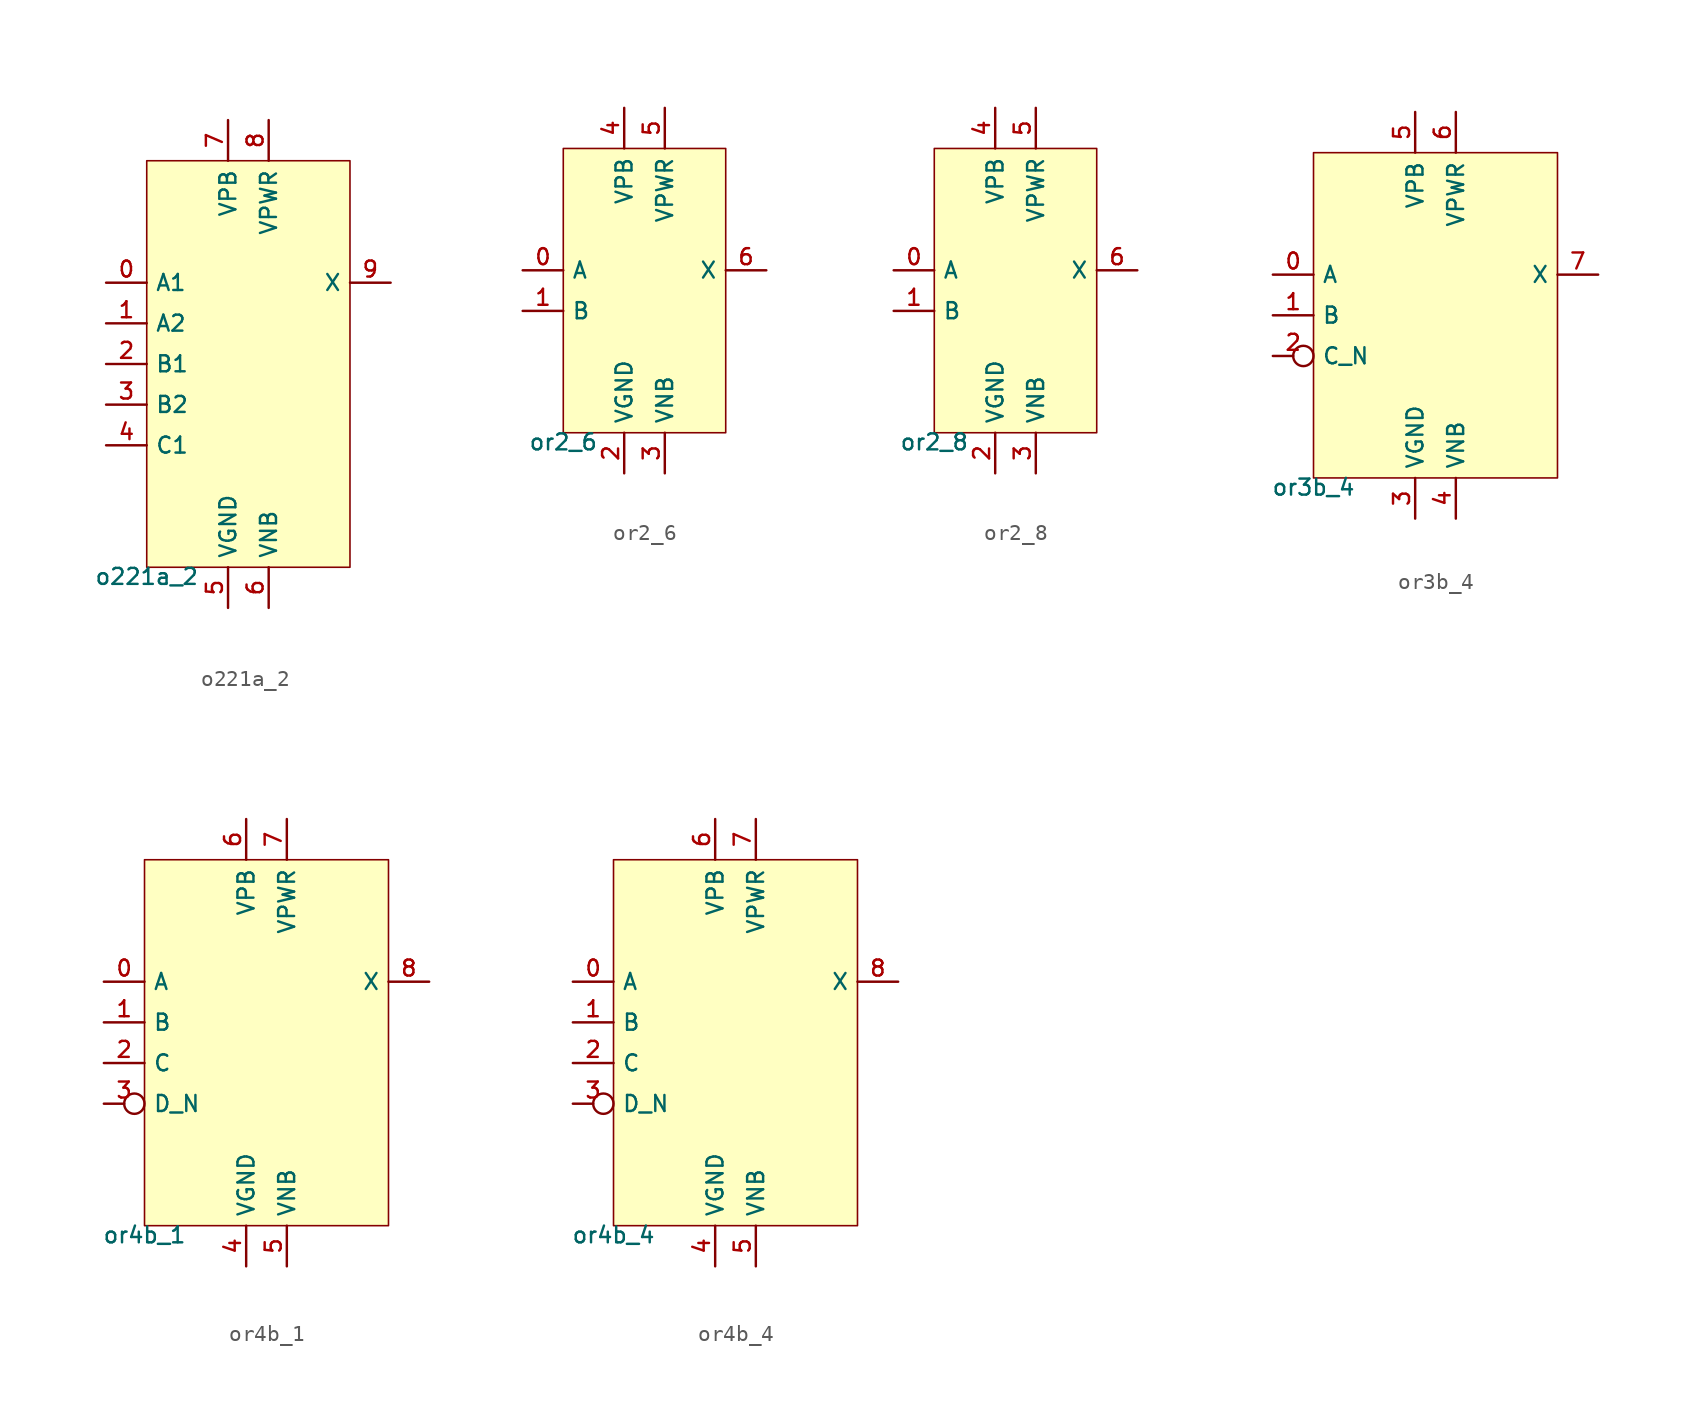
<source format=kicad_sym>
(kicad_symbol_lib
  (version 20211014)
  (generator lef2kicad_sym)
  (symbol "o221a_2"
    (property "Reference" "CELL"
      (at 0 0 0)
      (effects (font (size 1 1)) hide))
    (property "Value" "o221a_2"
      (at -6.35 -12.7 0)
      (effects (font (size 1 1)) (justify top)))
    (rectangle
      (start -6.35 -12.7)
      (end 6.35 12.7)
      (stroke (width 0.1) (type solid) (color 0 0 0 0))
      (fill (type background)))
    (pin input line
      (at -8.89 5.08 0)
      (length 2.54)
      (name "A1" (effects (font (size 1 1)) hide))
      (number "0" (effects (font (size 1 1)) hide)))
    (pin input line
      (at -8.89 2.54 0)
      (length 2.54)
      (name "A2" (effects (font (size 1 1)) hide))
      (number "1" (effects (font (size 1 1)) hide)))
    (pin input line
      (at -8.89 -8.881784197001252e-16 0)
      (length 2.54)
      (name "B1" (effects (font (size 1 1)) hide))
      (number "2" (effects (font (size 1 1)) hide)))
    (pin input line
      (at -8.89 -2.54 0)
      (length 2.54)
      (name "B2" (effects (font (size 1 1)) hide))
      (number "3" (effects (font (size 1 1)) hide)))
    (pin input line
      (at -8.89 -5.08 0)
      (length 2.54)
      (name "C1" (effects (font (size 1 1)) hide))
      (number "4" (effects (font (size 1 1)) hide)))
    (pin power_in line
      (at -1.27 -15.24 90)
      (length 2.54)
      (name "VGND" (effects (font (size 1 1)) hide))
      (number "5" (effects (font (size 1 1)) hide)))
    (pin power_in line
      (at 1.27 -15.24 90)
      (length 2.54)
      (name "VNB" (effects (font (size 1 1)) hide))
      (number "6" (effects (font (size 1 1)) hide)))
    (pin power_in line
      (at -1.27 15.24 270)
      (length 2.54)
      (name "VPB" (effects (font (size 1 1)) hide))
      (number "7" (effects (font (size 1 1)) hide)))
    (pin power_in line
      (at 1.27 15.24 270)
      (length 2.54)
      (name "VPWR" (effects (font (size 1 1)) hide))
      (number "8" (effects (font (size 1 1)) hide)))
    (pin output line
      (at 8.89 5.08 180)
      (length 2.54)
      (name "X" (effects (font (size 1 1)) hide))
      (number "9" (effects (font (size 1 1)) hide))))
  (symbol "or2_6"
    (property "Reference" "CELL"
      (at 0 0 0)
      (effects (font (size 1 1)) hide))
    (property "Value" "or2_6"
      (at -5.08 -8.89 0)
      (effects (font (size 1 1)) (justify top)))
    (rectangle
      (start -5.08 -8.89)
      (end 5.08 8.89)
      (stroke (width 0.1) (type solid) (color 0 0 0 0))
      (fill (type background)))
    (pin input line
      (at -7.62 1.27 0)
      (length 2.54)
      (name "A" (effects (font (size 1 1)) hide))
      (number "0" (effects (font (size 1 1)) hide)))
    (pin input line
      (at -7.62 -1.27 0)
      (length 2.54)
      (name "B" (effects (font (size 1 1)) hide))
      (number "1" (effects (font (size 1 1)) hide)))
    (pin power_in line
      (at -1.27 -11.43 90)
      (length 2.54)
      (name "VGND" (effects (font (size 1 1)) hide))
      (number "2" (effects (font (size 1 1)) hide)))
    (pin power_in line
      (at 1.27 -11.43 90)
      (length 2.54)
      (name "VNB" (effects (font (size 1 1)) hide))
      (number "3" (effects (font (size 1 1)) hide)))
    (pin power_in line
      (at -1.27 11.43 270)
      (length 2.54)
      (name "VPB" (effects (font (size 1 1)) hide))
      (number "4" (effects (font (size 1 1)) hide)))
    (pin power_in line
      (at 1.27 11.43 270)
      (length 2.54)
      (name "VPWR" (effects (font (size 1 1)) hide))
      (number "5" (effects (font (size 1 1)) hide)))
    (pin output line
      (at 7.62 1.27 180)
      (length 2.54)
      (name "X" (effects (font (size 1 1)) hide))
      (number "6" (effects (font (size 1 1)) hide))))
  (symbol "or2_8"
    (property "Reference" "CELL"
      (at 0 0 0)
      (effects (font (size 1 1)) hide))
    (property "Value" "or2_8"
      (at -5.08 -8.89 0)
      (effects (font (size 1 1)) (justify top)))
    (rectangle
      (start -5.08 -8.89)
      (end 5.08 8.89)
      (stroke (width 0.1) (type solid) (color 0 0 0 0))
      (fill (type background)))
    (pin input line
      (at -7.62 1.27 0)
      (length 2.54)
      (name "A" (effects (font (size 1 1)) hide))
      (number "0" (effects (font (size 1 1)) hide)))
    (pin input line
      (at -7.62 -1.27 0)
      (length 2.54)
      (name "B" (effects (font (size 1 1)) hide))
      (number "1" (effects (font (size 1 1)) hide)))
    (pin power_in line
      (at -1.27 -11.43 90)
      (length 2.54)
      (name "VGND" (effects (font (size 1 1)) hide))
      (number "2" (effects (font (size 1 1)) hide)))
    (pin power_in line
      (at 1.27 -11.43 90)
      (length 2.54)
      (name "VNB" (effects (font (size 1 1)) hide))
      (number "3" (effects (font (size 1 1)) hide)))
    (pin power_in line
      (at -1.27 11.43 270)
      (length 2.54)
      (name "VPB" (effects (font (size 1 1)) hide))
      (number "4" (effects (font (size 1 1)) hide)))
    (pin power_in line
      (at 1.27 11.43 270)
      (length 2.54)
      (name "VPWR" (effects (font (size 1 1)) hide))
      (number "5" (effects (font (size 1 1)) hide)))
    (pin output line
      (at 7.62 1.27 180)
      (length 2.54)
      (name "X" (effects (font (size 1 1)) hide))
      (number "6" (effects (font (size 1 1)) hide))))
  (symbol "or3b_4"
    (property "Reference" "CELL"
      (at 0 0 0)
      (effects (font (size 1 1)) hide))
    (property "Value" "or3b_4"
      (at -7.62 -10.16 0)
      (effects (font (size 1 1)) (justify top)))
    (rectangle
      (start -7.62 -10.16)
      (end 7.62 10.16)
      (stroke (width 0.1) (type solid) (color 0 0 0 0))
      (fill (type background)))
    (pin input line
      (at -10.16 2.54 0)
      (length 2.54)
      (name "A" (effects (font (size 1 1)) hide))
      (number "0" (effects (font (size 1 1)) hide)))
    (pin input line
      (at -10.16 0.0 0)
      (length 2.54)
      (name "B" (effects (font (size 1 1)) hide))
      (number "1" (effects (font (size 1 1)) hide)))
    (pin input inverted
      (at -10.16 -2.54 0)
      (length 2.54)
      (name "C_N" (effects (font (size 1 1)) hide))
      (number "2" (effects (font (size 1 1)) hide)))
    (pin power_in line
      (at -1.27 -12.7 90)
      (length 2.54)
      (name "VGND" (effects (font (size 1 1)) hide))
      (number "3" (effects (font (size 1 1)) hide)))
    (pin power_in line
      (at 1.27 -12.7 90)
      (length 2.54)
      (name "VNB" (effects (font (size 1 1)) hide))
      (number "4" (effects (font (size 1 1)) hide)))
    (pin power_in line
      (at -1.27 12.7 270)
      (length 2.54)
      (name "VPB" (effects (font (size 1 1)) hide))
      (number "5" (effects (font (size 1 1)) hide)))
    (pin power_in line
      (at 1.27 12.7 270)
      (length 2.54)
      (name "VPWR" (effects (font (size 1 1)) hide))
      (number "6" (effects (font (size 1 1)) hide)))
    (pin output line
      (at 10.16 2.54 180)
      (length 2.54)
      (name "X" (effects (font (size 1 1)) hide))
      (number "7" (effects (font (size 1 1)) hide))))
  (symbol "or4b_1"
    (property "Reference" "CELL"
      (at 0 0 0)
      (effects (font (size 1 1)) hide))
    (property "Value" "or4b_1"
      (at -7.62 -11.43 0)
      (effects (font (size 1 1)) (justify top)))
    (rectangle
      (start -7.62 -11.43)
      (end 7.62 11.43)
      (stroke (width 0.1) (type solid) (color 0 0 0 0))
      (fill (type background)))
    (pin input line
      (at -10.16 3.81 0)
      (length 2.54)
      (name "A" (effects (font (size 1 1)) hide))
      (number "0" (effects (font (size 1 1)) hide)))
    (pin input line
      (at -10.16 1.27 0)
      (length 2.54)
      (name "B" (effects (font (size 1 1)) hide))
      (number "1" (effects (font (size 1 1)) hide)))
    (pin input line
      (at -10.16 -1.27 0)
      (length 2.54)
      (name "C" (effects (font (size 1 1)) hide))
      (number "2" (effects (font (size 1 1)) hide)))
    (pin input inverted
      (at -10.16 -3.81 0)
      (length 2.54)
      (name "D_N" (effects (font (size 1 1)) hide))
      (number "3" (effects (font (size 1 1)) hide)))
    (pin power_in line
      (at -1.27 -13.97 90)
      (length 2.54)
      (name "VGND" (effects (font (size 1 1)) hide))
      (number "4" (effects (font (size 1 1)) hide)))
    (pin power_in line
      (at 1.27 -13.97 90)
      (length 2.54)
      (name "VNB" (effects (font (size 1 1)) hide))
      (number "5" (effects (font (size 1 1)) hide)))
    (pin power_in line
      (at -1.27 13.97 270)
      (length 2.54)
      (name "VPB" (effects (font (size 1 1)) hide))
      (number "6" (effects (font (size 1 1)) hide)))
    (pin power_in line
      (at 1.27 13.97 270)
      (length 2.54)
      (name "VPWR" (effects (font (size 1 1)) hide))
      (number "7" (effects (font (size 1 1)) hide)))
    (pin output line
      (at 10.16 3.81 180)
      (length 2.54)
      (name "X" (effects (font (size 1 1)) hide))
      (number "8" (effects (font (size 1 1)) hide))))
  (symbol "or4b_4"
    (property "Reference" "CELL"
      (at 0 0 0)
      (effects (font (size 1 1)) hide))
    (property "Value" "or4b_4"
      (at -7.62 -11.43 0)
      (effects (font (size 1 1)) (justify top)))
    (rectangle
      (start -7.62 -11.43)
      (end 7.62 11.43)
      (stroke (width 0.1) (type solid) (color 0 0 0 0))
      (fill (type background)))
    (pin input line
      (at -10.16 3.81 0)
      (length 2.54)
      (name "A" (effects (font (size 1 1)) hide))
      (number "0" (effects (font (size 1 1)) hide)))
    (pin input line
      (at -10.16 1.27 0)
      (length 2.54)
      (name "B" (effects (font (size 1 1)) hide))
      (number "1" (effects (font (size 1 1)) hide)))
    (pin input line
      (at -10.16 -1.27 0)
      (length 2.54)
      (name "C" (effects (font (size 1 1)) hide))
      (number "2" (effects (font (size 1 1)) hide)))
    (pin input inverted
      (at -10.16 -3.81 0)
      (length 2.54)
      (name "D_N" (effects (font (size 1 1)) hide))
      (number "3" (effects (font (size 1 1)) hide)))
    (pin power_in line
      (at -1.27 -13.97 90)
      (length 2.54)
      (name "VGND" (effects (font (size 1 1)) hide))
      (number "4" (effects (font (size 1 1)) hide)))
    (pin power_in line
      (at 1.27 -13.97 90)
      (length 2.54)
      (name "VNB" (effects (font (size 1 1)) hide))
      (number "5" (effects (font (size 1 1)) hide)))
    (pin power_in line
      (at -1.27 13.97 270)
      (length 2.54)
      (name "VPB" (effects (font (size 1 1)) hide))
      (number "6" (effects (font (size 1 1)) hide)))
    (pin power_in line
      (at 1.27 13.97 270)
      (length 2.54)
      (name "VPWR" (effects (font (size 1 1)) hide))
      (number "7" (effects (font (size 1 1)) hide)))
    (pin output line
      (at 10.16 3.81 180)
      (length 2.54)
      (name "X" (effects (font (size 1 1)) hide))
      (number "8" (effects (font (size 1 1)) hide)))))
</source>
